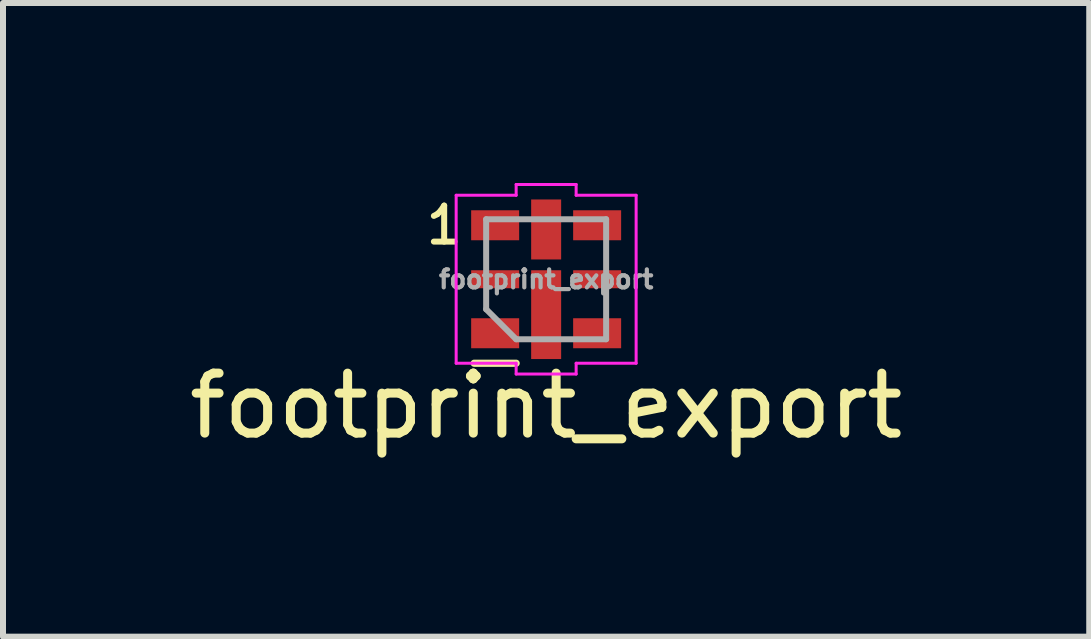
<source format=kicad_pcb>
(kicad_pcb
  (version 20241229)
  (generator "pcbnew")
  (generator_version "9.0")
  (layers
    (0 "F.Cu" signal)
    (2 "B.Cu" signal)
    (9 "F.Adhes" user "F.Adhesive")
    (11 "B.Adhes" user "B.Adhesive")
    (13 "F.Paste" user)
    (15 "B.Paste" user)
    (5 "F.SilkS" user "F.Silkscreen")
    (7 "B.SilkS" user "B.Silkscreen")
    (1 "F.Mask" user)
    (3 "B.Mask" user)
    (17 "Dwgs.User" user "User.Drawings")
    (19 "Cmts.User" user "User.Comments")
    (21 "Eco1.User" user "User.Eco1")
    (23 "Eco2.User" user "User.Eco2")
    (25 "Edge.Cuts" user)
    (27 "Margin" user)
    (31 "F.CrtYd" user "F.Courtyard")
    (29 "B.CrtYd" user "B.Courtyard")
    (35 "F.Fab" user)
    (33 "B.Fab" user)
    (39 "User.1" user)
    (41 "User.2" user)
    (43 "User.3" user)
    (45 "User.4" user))
  (footprint "footprint_export"
    (layer "F.Cu")
    (at 6.054 1.605)
    (property "Reference" "footprint_export" (at 0 2.11 0) (layer "F.SilkS") (effects (font (size 1 1) (thickness 0.15))))
    (attr smd)
    (fp_line (start -1.2 1.4) (end -0.5 1.4) (stroke (width 0.12) (type solid)) (layer "F.SilkS"))
    (fp_line (start -1.5 -1.4) (end -1.5 1.4) (stroke (width 0.05) (type solid)) (layer "F.CrtYd"))
    (fp_line (start -1.5 -1.4) (end -0.5 -1.4) (stroke (width 0.05) (type solid)) (layer "F.CrtYd"))
    (fp_line (start -0.5 -1.58) (end 0.5 -1.58) (stroke (width 0.05) (type solid)) (layer "F.CrtYd"))
    (fp_line (start -0.5 -1.4) (end -0.5 -1.58) (stroke (width 0.05) (type solid)) (layer "F.CrtYd"))
    (fp_line (start -0.5 1.4) (end -1.5 1.4) (stroke (width 0.05) (type solid)) (layer "F.CrtYd"))
    (fp_line (start -0.5 1.4) (end -0.5 1.58) (stroke (width 0.05) (type solid)) (layer "F.CrtYd"))
    (fp_line (start -0.5 1.58) (end 0.5 1.58) (stroke (width 0.05) (type solid)) (layer "F.CrtYd"))
    (fp_line (start 0.5 -1.58) (end 0.5 -1.4) (stroke (width 0.05) (type solid)) (layer "F.CrtYd"))
    (fp_line (start 0.5 -1.4) (end 1.5 -1.4) (stroke (width 0.05) (type solid)) (layer "F.CrtYd"))
    (fp_line (start 0.5 1.58) (end 0.5 1.4) (stroke (width 0.05) (type solid)) (layer "F.CrtYd"))
    (fp_line (start 1.5 -1.4) (end 1.5 1.4) (stroke (width 0.05) (type solid)) (layer "F.CrtYd"))
    (fp_line (start 1.5 1.4) (end 0.5 1.4) (stroke (width 0.05) (type solid)) (layer "F.CrtYd"))
    (fp_line (start -1 -1) (end 1 -1) (stroke (width 0.1) (type solid)) (layer "F.Fab"))
    (fp_line (start -1 0.5) (end -1 -1) (stroke (width 0.1) (type solid)) (layer "F.Fab"))
    (fp_line (start -1 0.5) (end -0.5 1) (stroke (width 0.1) (type solid)) (layer "F.Fab"))
    (fp_line (start 1 -1) (end 1 1) (stroke (width 0.1) (type solid)) (layer "F.Fab"))
    (fp_line (start 1 1) (end -0.5 1) (stroke (width 0.1) (type solid)) (layer "F.Fab"))
    (fp_text user "1" (at -1.7 -0.9 0) (layer "F.SilkS") (effects (font (size 0.6 0.6) (thickness 0.1))))
    (fp_text user "${REFERENCE}" (at 0 0 0) (layer "F.Fab") (effects (font (size 0.3 0.3) (thickness 0.07))))
    (pad "1" smd rect (at -0.85 -0.9) (size 0.8 0.5) (layers "F.Cu" "F.Mask" "F.Paste"))
    (pad "1" smd rect (at 0 -0.83 90) (size 1 0.5) (layers "F.Cu" "F.Mask" "F.Paste"))
    (pad "2" smd rect (at -0.85 0) (size 0.8 0.3) (layers "F.Cu" "F.Mask" "F.Paste"))
    (pad "3" smd rect (at -0.85 0.9) (size 0.8 0.5) (layers "F.Cu" "F.Mask" "F.Paste"))
    (pad "4" smd rect (at 0.85 0.9) (size 0.8 0.5) (layers "F.Cu" "F.Mask" "F.Paste"))
    (pad "5" smd rect (at 0.85 0) (size 0.8 0.3) (layers "F.Cu" "F.Mask" "F.Paste"))
    (pad "6" smd rect (at 0 0.59 90) (size 1.48 0.5) (layers "F.Cu" "F.Mask" "F.Paste"))
    (pad "6" smd rect (at 0.85 -0.9) (size 0.8 0.5) (layers "F.Cu" "F.Mask" "F.Paste")))
  (gr_rect
    (start -3 -3)
    (end 15.107 7.563)
    (stroke (width 0.1) (type default))
    (fill no)
    (layer "Edge.Cuts")))
</source>
